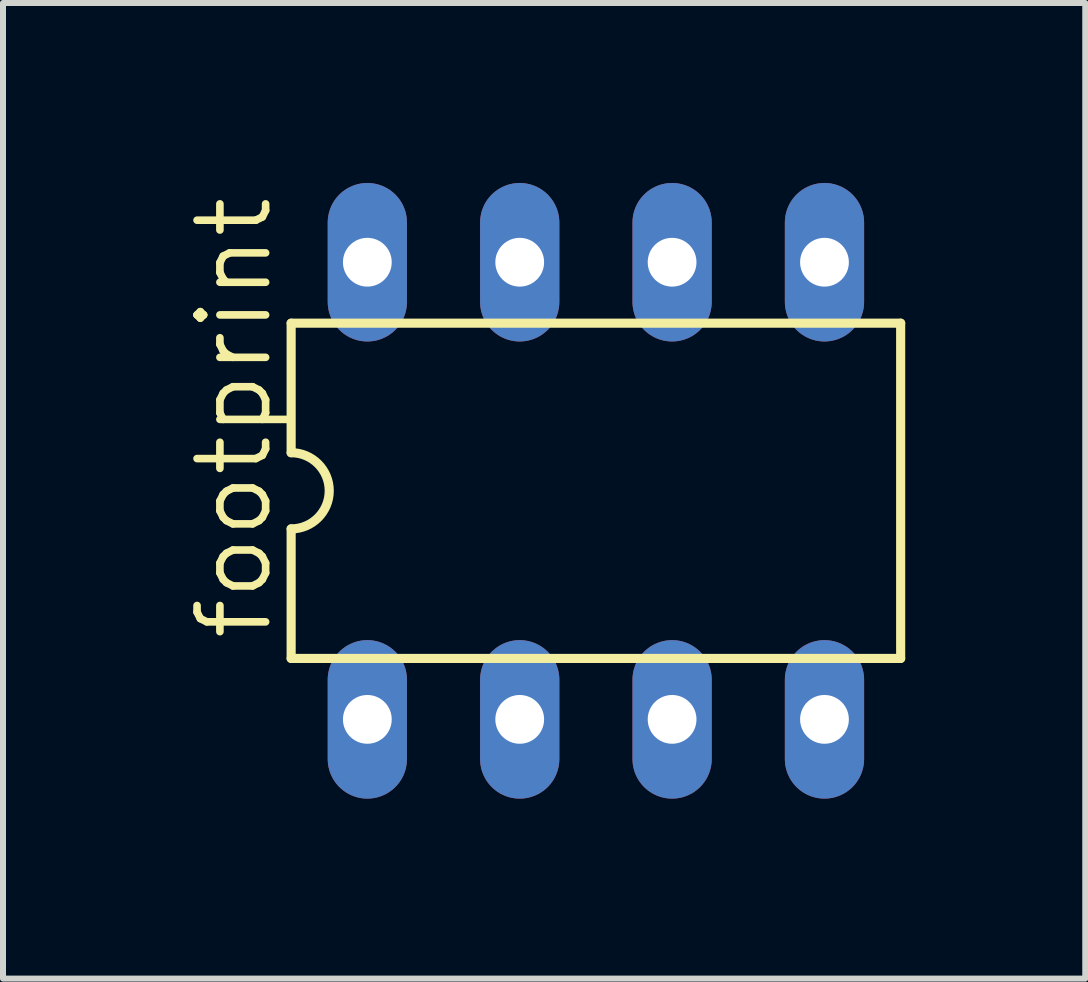
<source format=kicad_pcb>
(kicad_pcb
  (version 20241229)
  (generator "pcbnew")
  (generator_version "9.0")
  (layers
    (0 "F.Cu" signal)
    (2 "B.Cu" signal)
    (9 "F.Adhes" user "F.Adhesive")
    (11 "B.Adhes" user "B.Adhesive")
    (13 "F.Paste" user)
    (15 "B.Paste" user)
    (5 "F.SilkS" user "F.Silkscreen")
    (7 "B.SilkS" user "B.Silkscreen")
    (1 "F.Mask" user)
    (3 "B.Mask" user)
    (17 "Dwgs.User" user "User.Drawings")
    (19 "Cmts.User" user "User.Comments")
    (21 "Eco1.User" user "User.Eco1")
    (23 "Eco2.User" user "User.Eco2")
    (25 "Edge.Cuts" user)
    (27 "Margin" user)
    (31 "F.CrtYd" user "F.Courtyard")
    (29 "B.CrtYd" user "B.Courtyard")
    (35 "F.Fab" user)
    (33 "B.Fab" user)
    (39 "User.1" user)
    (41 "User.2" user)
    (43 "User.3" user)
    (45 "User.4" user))
  (footprint "footprint"
    (layer "F.Cu")
    (at 6.883 5.131)
    (property "Reference" "footprint" (at -5.359 2.54 90) (layer "F.SilkS") (effects (font (size 1.143 1.143) (thickness 0.127)) (justify left bottom)))
    (fp_line (start -5.08 -2.794) (end -5.08 -0.635) (stroke (width 0.152) (type solid)) (layer "F.SilkS"))
    (fp_line (start -5.08 0.635) (end -5.08 2.794) (stroke (width 0.152) (type solid)) (layer "F.SilkS"))
    (fp_line (start -5.08 2.794) (end 5.08 2.794) (stroke (width 0.152) (type solid)) (layer "F.SilkS"))
    (fp_line (start 5.08 -2.794) (end -5.08 -2.794) (stroke (width 0.152) (type solid)) (layer "F.SilkS"))
    (fp_line (start 5.08 2.794) (end 5.08 -2.794) (stroke (width 0.152) (type solid)) (layer "F.SilkS"))
    (fp_arc (start -5.08 -0.635) (mid -4.445 0) (end -5.08 0.635) (stroke (width 0.1524) (type solid)) (layer "F.SilkS"))
    (pad "1" thru_hole oval (at -3.81 3.81 90) (size 2.642 1.321) (drill 0.813) (layers "*.Cu" "*.Mask"))
    (pad "2" thru_hole oval (at -1.27 3.81 90) (size 2.642 1.321) (drill 0.813) (layers "*.Cu" "*.Mask"))
    (pad "3" thru_hole oval (at 1.27 3.81 90) (size 2.642 1.321) (drill 0.813) (layers "*.Cu" "*.Mask"))
    (pad "4" thru_hole oval (at 3.81 3.81 90) (size 2.642 1.321) (drill 0.813) (layers "*.Cu" "*.Mask"))
    (pad "5" thru_hole oval (at 3.81 -3.81 90) (size 2.642 1.321) (drill 0.813) (layers "*.Cu" "*.Mask"))
    (pad "6" thru_hole oval (at 1.27 -3.81 90) (size 2.642 1.321) (drill 0.813) (layers "*.Cu" "*.Mask"))
    (pad "7" thru_hole oval (at -1.27 -3.81 90) (size 2.642 1.321) (drill 0.813) (layers "*.Cu" "*.Mask"))
    (pad "8" thru_hole oval (at -3.81 -3.81 90) (size 2.642 1.321) (drill 0.813) (layers "*.Cu" "*.Mask")))
  (gr_rect
    (start -3 -3)
    (end 15.04 13.262)
    (stroke (width 0.1) (type default))
    (fill no)
    (layer "Edge.Cuts")))
</source>
